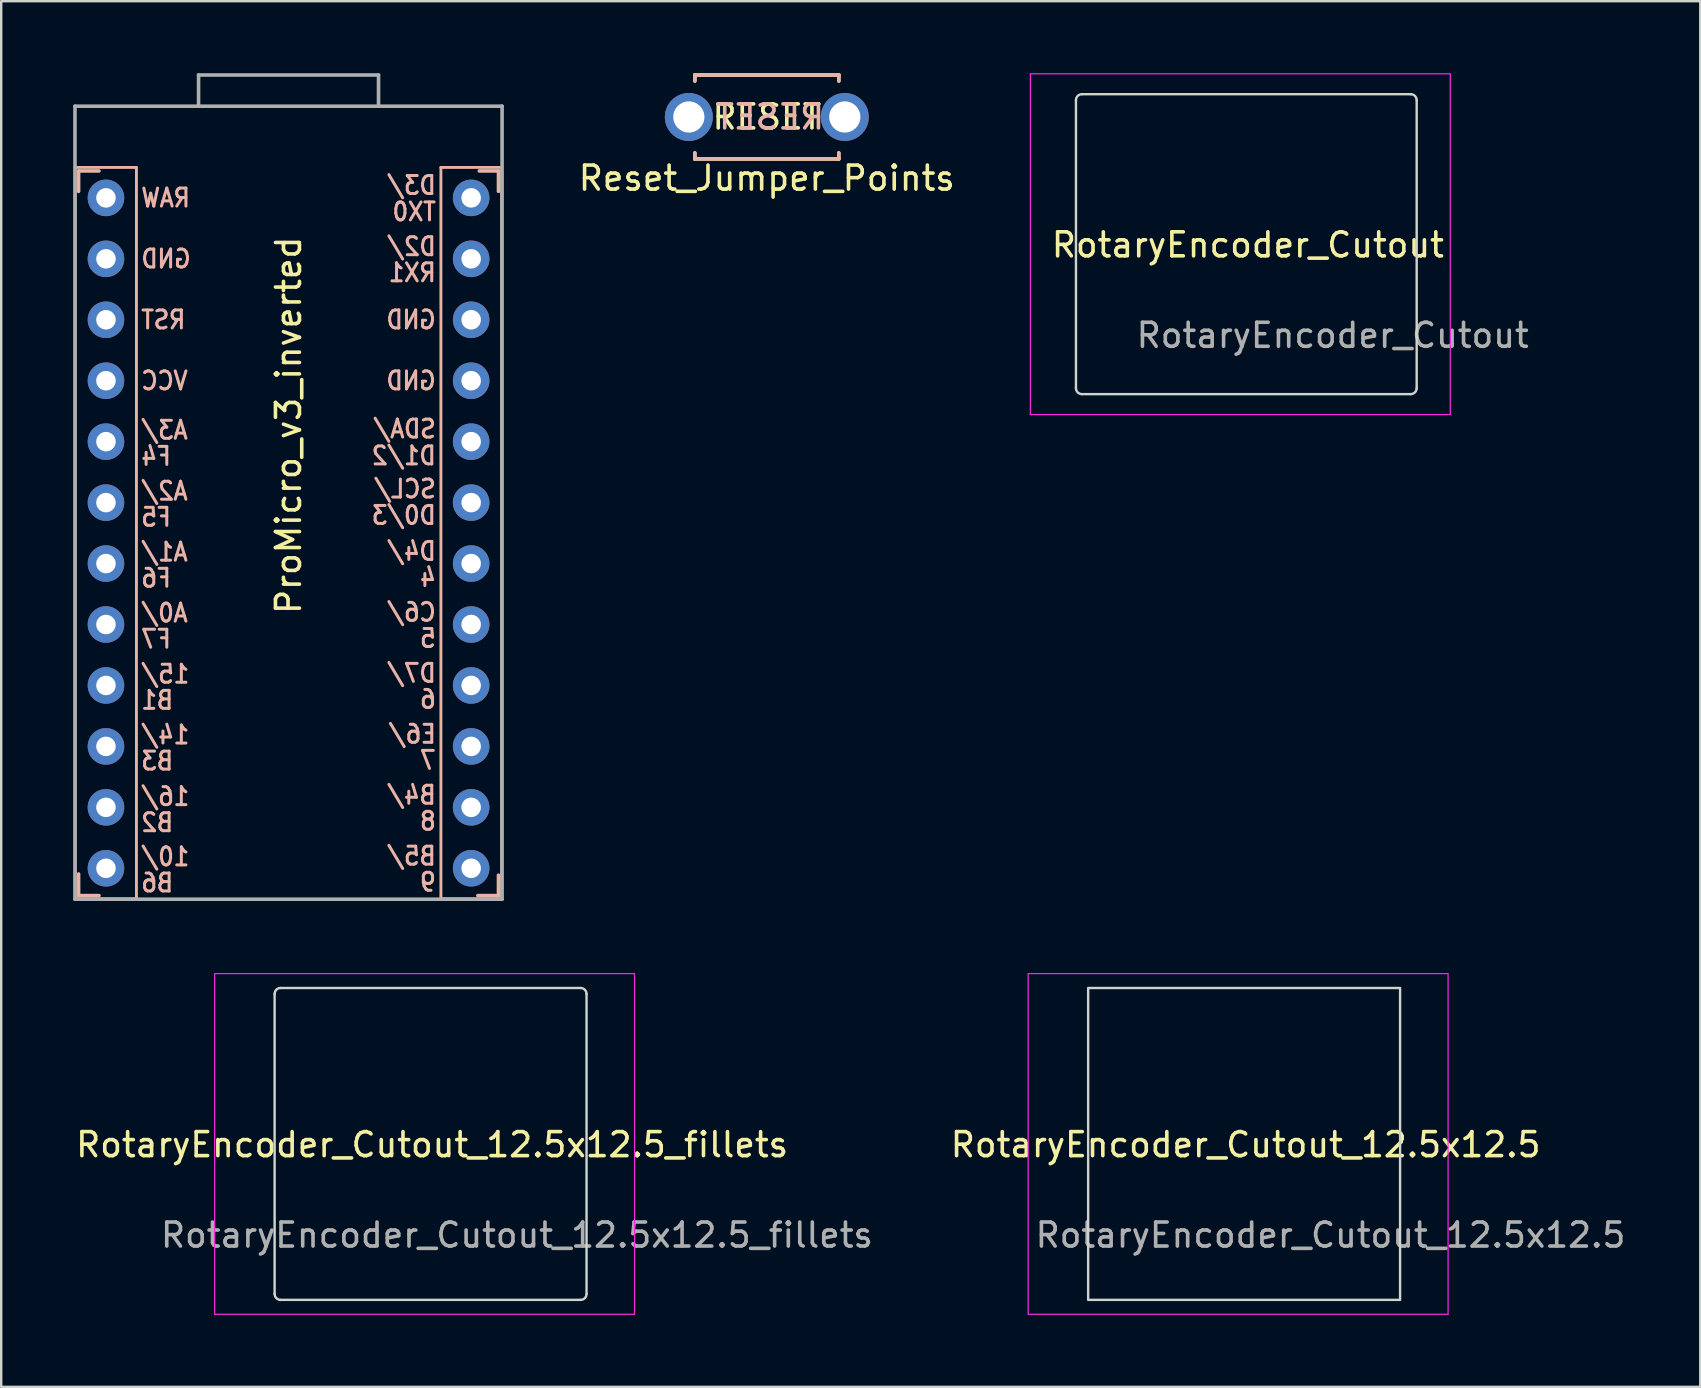
<source format=kicad_pcb>
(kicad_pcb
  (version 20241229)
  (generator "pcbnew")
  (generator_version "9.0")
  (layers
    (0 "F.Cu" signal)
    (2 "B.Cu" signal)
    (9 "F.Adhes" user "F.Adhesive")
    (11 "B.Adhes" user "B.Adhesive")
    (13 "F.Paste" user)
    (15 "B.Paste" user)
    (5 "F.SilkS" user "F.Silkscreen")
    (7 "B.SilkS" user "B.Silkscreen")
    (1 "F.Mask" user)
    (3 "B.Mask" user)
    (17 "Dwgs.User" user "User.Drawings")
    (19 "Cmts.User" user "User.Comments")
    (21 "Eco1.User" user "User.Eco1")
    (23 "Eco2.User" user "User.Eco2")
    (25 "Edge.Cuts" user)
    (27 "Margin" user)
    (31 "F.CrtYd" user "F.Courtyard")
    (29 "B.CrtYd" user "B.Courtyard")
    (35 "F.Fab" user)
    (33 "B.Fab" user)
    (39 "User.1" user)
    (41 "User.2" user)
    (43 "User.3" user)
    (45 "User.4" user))
  (footprint "Reset_Jumper_Points"
    (layer "F.Cu")
    (at 28.908 1.825)
    (property "Reference" "Reset_Jumper_Points" (at 0 2.55 180) (layer "F.SilkS") (effects (font (size 1 1) (thickness 0.15))))
    (attr through_hole)
    (fp_line (start -3 -1.75) (end -3 -1.5) (stroke (width 0.15) (type solid)) (layer "F.SilkS"))
    (fp_line (start -3 -1.75) (end 3 -1.75) (stroke (width 0.15) (type solid)) (layer "F.SilkS"))
    (fp_line (start -3 1.75) (end -3 1.5) (stroke (width 0.15) (type solid)) (layer "F.SilkS"))
    (fp_line (start -3 1.75) (end 3 1.75) (stroke (width 0.15) (type solid)) (layer "F.SilkS"))
    (fp_line (start 3 -1.75) (end 3 -1.5) (stroke (width 0.15) (type solid)) (layer "F.SilkS"))
    (fp_line (start 3 1.75) (end 3 1.5) (stroke (width 0.15) (type solid)) (layer "F.SilkS"))
    (fp_line (start -3 -1.75) (end 3 -1.75) (stroke (width 0.15) (type solid)) (layer "B.SilkS"))
    (fp_line (start -3 -1.5) (end -3 -1.75) (stroke (width 0.15) (type solid)) (layer "B.SilkS"))
    (fp_line (start -3 1.75) (end -3 1.5) (stroke (width 0.15) (type solid)) (layer "B.SilkS"))
    (fp_line (start 3 -1.75) (end 3 -1.5) (stroke (width 0.15) (type solid)) (layer "B.SilkS"))
    (fp_line (start 3 1.5) (end 3 1.75) (stroke (width 0.15) (type solid)) (layer "B.SilkS"))
    (fp_line (start 3 1.75) (end -3 1.75) (stroke (width 0.15) (type solid)) (layer "B.SilkS"))
    (fp_text user "RESET" (at 0 0 180) (layer "F.SilkS") (effects (font (size 1 1) (thickness 0.15))))
    (fp_text user "RESET" (at 0.127 0 180) (layer "B.SilkS") (effects (font (size 1 1) (thickness 0.15)) (justify mirror)))
    (pad "1" thru_hole circle (at 3.25 0) (size 2 2) (drill 1.3) (layers "*.Cu" "*.Mask"))
    (pad "2" thru_hole circle (at -3.25 0) (size 2 2) (drill 1.3) (layers "*.Cu" "*.Mask")))
  (footprint "RotaryEncoder_Cutout_12.5x12.5_fillets"
    (layer "F.Cu")
    (at 14.895 44.625)
    (property "Reference" "RotaryEncoder_Cutout_12.5x12.5_fillets" (at 0.064 0.032 0) (layer "F.SilkS") (effects (font (size 1 1) (thickness 0.15))))
    (attr through_hole)
    (fp_line (start -6.5 -6.25) (end -6.5 6.25) (stroke (width 0.1) (type solid)) (layer "Edge.Cuts"))
    (fp_line (start -6.25 6.5) (end 6.25 6.5) (stroke (width 0.1) (type solid)) (layer "Edge.Cuts"))
    (fp_line (start 6.25 -6.5) (end -6.25 -6.5) (stroke (width 0.1) (type solid)) (layer "Edge.Cuts"))
    (fp_line (start 6.5 6.25) (end 6.5 -6.25) (stroke (width 0.1) (type solid)) (layer "Edge.Cuts"))
    (fp_arc (start -6.5 -6.25) (mid -6.426777 -6.426777) (end -6.25 -6.5) (stroke (width 0.1) (type solid)) (layer "Edge.Cuts"))
    (fp_arc (start -6.25 6.5) (mid -6.426776 6.426777) (end -6.499999 6.250001) (stroke (width 0.1) (type solid)) (layer "Edge.Cuts"))
    (fp_arc (start 6.25 -6.5) (mid 6.426776 -6.426777) (end 6.499999 -6.250001) (stroke (width 0.1) (type solid)) (layer "Edge.Cuts"))
    (fp_arc (start 6.500001 6.250001) (mid 6.426777 6.426777) (end 6.25 6.5) (stroke (width 0.1) (type solid)) (layer "Edge.Cuts"))
    (fp_line (start -9 -7.1) (end -9 7.1) (stroke (width 0.05) (type solid)) (layer "F.CrtYd"))
    (fp_line (start -9 -7.1) (end 8.5 -7.1) (stroke (width 0.05) (type solid)) (layer "F.CrtYd"))
    (fp_line (start 8.5 7.1) (end -9 7.1) (stroke (width 0.05) (type solid)) (layer "F.CrtYd"))
    (fp_line (start 8.5 7.1) (end 8.5 -7.1) (stroke (width 0.05) (type solid)) (layer "F.CrtYd"))
    (fp_text user "${REFERENCE}" (at 3.6 3.8 0) (layer "F.Fab") (effects (font (size 1 1) (thickness 0.15)))))
  (footprint "RotaryEncoder_Cutout"
    (layer "F.Cu")
    (at 48.892 7.125)
    (property "Reference" "RotaryEncoder_Cutout" (at 0.064 0.032 0) (layer "F.SilkS") (effects (font (size 1 1) (thickness 0.15))))
    (attr through_hole)
    (fp_line (start -7.1 -6) (end -7.1 6) (stroke (width 0.1) (type solid)) (layer "Edge.Cuts"))
    (fp_line (start -6.85 -6.25) (end 6.85 -6.25) (stroke (width 0.1) (type solid)) (layer "Edge.Cuts"))
    (fp_line (start -6.85 6.25) (end 6.85 6.25) (stroke (width 0.1) (type solid)) (layer "Edge.Cuts"))
    (fp_line (start 7.1 6) (end 7.1 -6) (stroke (width 0.1) (type solid)) (layer "Edge.Cuts"))
    (fp_arc (start -7.100001 -6.000001) (mid -7.026777 -6.176777) (end -6.85 -6.25) (stroke (width 0.1) (type solid)) (layer "Edge.Cuts"))
    (fp_arc (start -6.85 6.25) (mid -7.026776 6.176778) (end -7.1 6.000002) (stroke (width 0.1) (type solid)) (layer "Edge.Cuts"))
    (fp_arc (start 6.85 -6.25) (mid 7.026777 -6.176777) (end 7.1 -6) (stroke (width 0.1) (type solid)) (layer "Edge.Cuts"))
    (fp_arc (start 7.100001 6.000001) (mid 7.026777 6.176777) (end 6.85 6.25) (stroke (width 0.1) (type solid)) (layer "Edge.Cuts"))
    (fp_line (start -9 -7.1) (end -9 7.1) (stroke (width 0.05) (type solid)) (layer "F.CrtYd"))
    (fp_line (start -9 -7.1) (end 8.5 -7.1) (stroke (width 0.05) (type solid)) (layer "F.CrtYd"))
    (fp_line (start 8.5 7.1) (end -9 7.1) (stroke (width 0.05) (type solid)) (layer "F.CrtYd"))
    (fp_line (start 8.5 7.1) (end 8.5 -7.1) (stroke (width 0.05) (type solid)) (layer "F.CrtYd"))
    (fp_text user "${REFERENCE}" (at 3.6 3.8 0) (layer "F.Fab") (effects (font (size 1 1) (thickness 0.15)))))
  (footprint "ProMicro_v3_inverted"
    (layer "F.Cu")
    (at 8.975 19.675)
    (property "Reference" "ProMicro_v3_inverted" (at 0 -5 90) (layer "F.SilkS") (effects (font (size 1 1) (thickness 0.15))))
    (fp_line (start -8.89 -15.748) (end -8.89 14.732) (stroke (width 0.12) (type solid)) (layer "B.SilkS"))
    (fp_line (start -8.75 -15.6) (end -8.75 -14.75) (stroke (width 0.15) (type solid)) (layer "B.SilkS"))
    (fp_line (start -8.75 -15.6) (end -7.9 -15.6) (stroke (width 0.15) (type solid)) (layer "B.SilkS"))
    (fp_line (start -8.75 13.7) (end -8.75 14.6) (stroke (width 0.15) (type solid)) (layer "B.SilkS"))
    (fp_line (start -8.75 14.6) (end -7.9 14.6) (stroke (width 0.15) (type solid)) (layer "B.SilkS"))
    (fp_line (start -6.35 -15.748) (end -8.89 -15.748) (stroke (width 0.12) (type solid)) (layer "B.SilkS"))
    (fp_line (start -6.35 14.732) (end -8.89 14.732) (stroke (width 0.12) (type solid)) (layer "B.SilkS"))
    (fp_line (start -6.339 -15.748) (end -6.339 14.732) (stroke (width 0.12) (type solid)) (layer "B.SilkS"))
    (fp_line (start 6.35 -15.748) (end 6.35 14.732) (stroke (width 0.12) (type solid)) (layer "B.SilkS"))
    (fp_line (start 8.75 -15.6) (end 7.95 -15.6) (stroke (width 0.15) (type solid)) (layer "B.SilkS"))
    (fp_line (start 8.75 -15.6) (end 8.75 -14.75) (stroke (width 0.15) (type solid)) (layer "B.SilkS"))
    (fp_line (start 8.75 13.75) (end 8.75 14.6) (stroke (width 0.15) (type solid)) (layer "B.SilkS"))
    (fp_line (start 8.75 14.6) (end 7.89 14.6) (stroke (width 0.15) (type solid)) (layer "B.SilkS"))
    (fp_line (start 8.881 -15.748) (end 8.881 14.732) (stroke (width 0.12) (type solid)) (layer "B.SilkS"))
    (fp_line (start 8.89 -15.748) (end 6.35 -15.748) (stroke (width 0.12) (type solid)) (layer "B.SilkS"))
    (fp_line (start 8.89 14.732) (end 6.35 14.732) (stroke (width 0.12) (type solid)) (layer "B.SilkS"))
    (fp_line (start -8.9 -18.3) (end -3.75 -18.3) (stroke (width 0.15) (type solid)) (layer "F.Fab"))
    (fp_line (start -8.9 14.75) (end -8.9 -18.3) (stroke (width 0.15) (type solid)) (layer "F.Fab"))
    (fp_line (start -3.75 -19.6) (end -3.75 -18.299) (stroke (width 0.15) (type solid)) (layer "F.Fab"))
    (fp_line (start -3.75 -19.6) (end 3.75 -19.6) (stroke (width 0.15) (type solid)) (layer "F.Fab"))
    (fp_line (start -3.75 -18.3) (end 3.75 -18.3) (stroke (width 0.15) (type solid)) (layer "F.Fab"))
    (fp_line (start 3.75 -19.6) (end 3.75 -18.3) (stroke (width 0.15) (type solid)) (layer "F.Fab"))
    (fp_line (start 3.76 -18.3) (end 8.9 -18.3) (stroke (width 0.15) (type solid)) (layer "F.Fab"))
    (fp_line (start 8.9 -18.3) (end 8.9 14.75) (stroke (width 0.15) (type solid)) (layer "F.Fab"))
    (fp_line (start 8.9 14.75) (end -8.9 14.75) (stroke (width 0.15) (type solid)) (layer "F.Fab"))
    (fp_text user "B4/" (at 6.211 10.41 0) (unlocked yes) (layer "B.SilkS") (effects (font (size 0.75 0.67) (thickness 0.125)) (justify left mirror)))
    (fp_text user "D0/3" (at 6.211 -1.25 0) (unlocked yes) (layer "B.SilkS") (effects (font (size 0.75 0.67) (thickness 0.125)) (justify left mirror)))
    (fp_text user "RX1" (at 6.211 -11.362 0) (unlocked yes) (layer "B.SilkS") (effects (font (size 0.75 0.67) (thickness 0.125)) (justify left mirror)))
    (fp_text user "4" (at 6.211 1.338 0) (unlocked yes) (layer "B.SilkS") (effects (font (size 0.75 0.67) (thickness 0.125)) (justify left mirror)))
    (fp_text user "B6" (at -6.209 14.068 0) (unlocked yes) (layer "B.SilkS") (effects (font (size 0.75 0.67) (thickness 0.125)) (justify right mirror)))
    (fp_text user "D4/" (at 6.211 0.25 0) (unlocked yes) (layer "B.SilkS") (effects (font (size 0.75 0.67) (thickness 0.125)) (justify left mirror)))
    (fp_text user "B3" (at -6.209 8.988 0) (unlocked yes) (layer "B.SilkS") (effects (font (size 0.75 0.67) (thickness 0.125)) (justify right mirror)))
    (fp_text user "8" (at 6.211 11.498 0) (unlocked yes) (layer "B.SilkS") (effects (font (size 0.75 0.67) (thickness 0.125)) (justify left mirror)))
    (fp_text user "F5" (at -6.209 -1.172 0) (unlocked yes) (layer "B.SilkS") (effects (font (size 0.75 0.67) (thickness 0.125)) (justify right mirror)))
    (fp_text user "A3/" (at -6.209 -4.8 0) (unlocked yes) (layer "B.SilkS") (effects (font (size 0.75 0.67) (thickness 0.125)) (justify right mirror)))
    (fp_text user "15/" (at -6.209 5.368 0) (unlocked yes) (layer "B.SilkS") (effects (font (size 0.75 0.67) (thickness 0.125)) (justify right mirror)))
    (fp_text user "A2/" (at -6.209 -2.26 0) (unlocked yes) (layer "B.SilkS") (effects (font (size 0.75 0.67) (thickness 0.125)) (justify right mirror)))
    (fp_text user "GND" (at 6.211 -9.398 0) (unlocked yes) (layer "B.SilkS") (effects (font (size 0.75 0.67) (thickness 0.125)) (justify left mirror)))
    (fp_text user "D1/2" (at 6.211 -3.732 0) (unlocked yes) (layer "B.SilkS") (effects (font (size 0.75 0.67) (thickness 0.125)) (justify left mirror)))
    (fp_text user "A1/" (at -6.209 0.28 0) (unlocked yes) (layer "B.SilkS") (effects (font (size 0.75 0.67) (thickness 0.125)) (justify right mirror)))
    (fp_text user "B2" (at -6.209 11.556 0) (unlocked yes) (layer "B.SilkS") (effects (font (size 0.75 0.67) (thickness 0.125)) (justify right mirror)))
    (fp_text user "GND" (at 6.211 -6.858 0) (unlocked yes) (layer "B.SilkS") (effects (font (size 0.75 0.67) (thickness 0.125)) (justify left mirror)))
    (fp_text user "14/" (at -6.209 7.9 0) (unlocked yes) (layer "B.SilkS") (effects (font (size 0.75 0.67) (thickness 0.125)) (justify right mirror)))
    (fp_text user "7" (at 6.211 8.958 0) (unlocked yes) (layer "B.SilkS") (effects (font (size 0.75 0.67) (thickness 0.125)) (justify left mirror)))
    (fp_text user "B5/" (at 6.211 12.95 0) (unlocked yes) (layer "B.SilkS") (effects (font (size 0.75 0.67) (thickness 0.125)) (justify left mirror)))
    (fp_text user "RAW" (at -6.209 -14.478 0) (unlocked yes) (layer "B.SilkS") (effects (font (size 0.75 0.67) (thickness 0.125)) (justify right mirror)))
    (fp_text user "F4" (at -6.209 -3.712 0) (unlocked yes) (layer "B.SilkS") (effects (font (size 0.75 0.67) (thickness 0.125)) (justify right mirror)))
    (fp_text user "E6/" (at 6.211 7.87 0) (unlocked yes) (layer "B.SilkS") (effects (font (size 0.75 0.67) (thickness 0.125)) (justify left mirror)))
    (fp_text user "C6/" (at 6.211 2.79 0) (unlocked yes) (layer "B.SilkS") (effects (font (size 0.75 0.67) (thickness 0.125)) (justify left mirror)))
    (fp_text user "6" (at 6.211 6.418 0) (unlocked yes) (layer "B.SilkS") (effects (font (size 0.75 0.67) (thickness 0.125)) (justify left mirror)))
    (fp_text user "B1" (at -6.209 6.456 0) (unlocked yes) (layer "B.SilkS") (effects (font (size 0.75 0.67) (thickness 0.125)) (justify right mirror)))
    (fp_text user "16/" (at -6.209 10.468 0) (unlocked yes) (layer "B.SilkS") (effects (font (size 0.75 0.67) (thickness 0.125)) (justify right mirror)))
    (fp_text user "VCC" (at -6.209 -6.858 0) (unlocked yes) (layer "B.SilkS") (effects (font (size 0.75 0.67) (thickness 0.125)) (justify right mirror)))
    (fp_text user "5" (at 6.211 3.878 0) (unlocked yes) (layer "B.SilkS") (effects (font (size 0.75 0.67) (thickness 0.125)) (justify left mirror)))
    (fp_text user "SDA/" (at 6.211 -4.85 0) (unlocked yes) (layer "B.SilkS") (effects (font (size 0.75 0.67) (thickness 0.125)) (justify left mirror)))
    (fp_text user "D3/" (at 6.211 -15 0) (unlocked yes) (layer "B.SilkS") (effects (font (size 0.75 0.67) (thickness 0.125)) (justify left mirror)))
    (fp_text user "TX0" (at 6.211 -13.9 0) (unlocked yes) (layer "B.SilkS") (effects (font (size 0.75 0.67) (thickness 0.125)) (justify left mirror)))
    (fp_text user "D7/" (at 6.211 5.33 0) (unlocked yes) (layer "B.SilkS") (effects (font (size 0.75 0.67) (thickness 0.125)) (justify left mirror)))
    (fp_text user "F6" (at -6.209 1.368 0) (unlocked yes) (layer "B.SilkS") (effects (font (size 0.75 0.67) (thickness 0.125)) (justify right mirror)))
    (fp_text user "A0/" (at -6.209 2.82 0) (unlocked yes) (layer "B.SilkS") (effects (font (size 0.75 0.67) (thickness 0.125)) (justify right mirror)))
    (fp_text user "10/" (at -6.209 12.98 0) (unlocked yes) (layer "B.SilkS") (effects (font (size 0.75 0.67) (thickness 0.125)) (justify right mirror)))
    (fp_text user "D2/" (at 6.211 -12.45 0) (unlocked yes) (layer "B.SilkS") (effects (font (size 0.75 0.67) (thickness 0.125)) (justify left mirror)))
    (fp_text user "9" (at 6.211 14.038 0) (unlocked yes) (layer "B.SilkS") (effects (font (size 0.75 0.67) (thickness 0.125)) (justify left mirror)))
    (fp_text user "GND" (at -6.209 -11.938 0) (unlocked yes) (layer "B.SilkS") (effects (font (size 0.75 0.67) (thickness 0.125)) (justify right mirror)))
    (fp_text user "SCL/" (at 6.211 -2.35 0) (unlocked yes) (layer "B.SilkS") (effects (font (size 0.75 0.67) (thickness 0.125)) (justify left mirror)))
    (fp_text user "RST" (at -6.209 -9.398 0) (unlocked yes) (layer "B.SilkS") (effects (font (size 0.75 0.67) (thickness 0.125)) (justify right mirror)))
    (fp_text user "F7" (at -6.209 3.908 0) (unlocked yes) (layer "B.SilkS") (effects (font (size 0.75 0.67) (thickness 0.125)) (justify right mirror)))
    (pad "1" thru_hole circle (at 7.611 -14.478) (size 1.524 1.524) (drill 0.813) (layers "*.Cu" "*.Mask"))
    (pad "2" thru_hole circle (at 7.611 -11.938) (size 1.524 1.524) (drill 0.813) (layers "*.Cu" "*.Mask"))
    (pad "3" thru_hole circle (at 7.611 -9.398) (size 1.524 1.524) (drill 0.813) (layers "*.Cu" "*.Mask"))
    (pad "4" thru_hole circle (at 7.611 -6.858) (size 1.524 1.524) (drill 0.813) (layers "*.Cu" "*.Mask"))
    (pad "5" thru_hole circle (at 7.611 -4.318) (size 1.524 1.524) (drill 0.813) (layers "*.Cu" "*.Mask"))
    (pad "6" thru_hole circle (at 7.611 -1.778) (size 1.524 1.524) (drill 0.813) (layers "*.Cu" "*.Mask"))
    (pad "7" thru_hole circle (at 7.611 0.762) (size 1.524 1.524) (drill 0.813) (layers "*.Cu" "*.Mask"))
    (pad "8" thru_hole circle (at 7.611 3.302) (size 1.524 1.524) (drill 0.813) (layers "*.Cu" "*.Mask"))
    (pad "9" thru_hole circle (at 7.611 5.842) (size 1.524 1.524) (drill 0.813) (layers "*.Cu" "*.Mask"))
    (pad "10" thru_hole circle (at 7.611 8.382) (size 1.524 1.524) (drill 0.813) (layers "*.Cu" "*.Mask"))
    (pad "11" thru_hole circle (at 7.611 10.922) (size 1.524 1.524) (drill 0.813) (layers "*.Cu" "*.Mask"))
    (pad "12" thru_hole circle (at 7.611 13.462) (size 1.524 1.524) (drill 0.813) (layers "*.Cu" "*.Mask"))
    (pad "13" thru_hole circle (at -7.609 13.462) (size 1.524 1.524) (drill 0.813) (layers "*.Cu" "*.Mask"))
    (pad "14" thru_hole circle (at -7.609 10.922) (size 1.524 1.524) (drill 0.813) (layers "*.Cu" "*.Mask"))
    (pad "15" thru_hole circle (at -7.609 8.382) (size 1.524 1.524) (drill 0.813) (layers "*.Cu" "*.Mask"))
    (pad "16" thru_hole circle (at -7.609 5.842) (size 1.524 1.524) (drill 0.813) (layers "*.Cu" "*.Mask"))
    (pad "17" thru_hole circle (at -7.609 3.302) (size 1.524 1.524) (drill 0.813) (layers "*.Cu" "*.Mask"))
    (pad "18" thru_hole circle (at -7.609 0.762) (size 1.524 1.524) (drill 0.813) (layers "*.Cu" "*.Mask"))
    (pad "19" thru_hole circle (at -7.609 -1.778) (size 1.524 1.524) (drill 0.813) (layers "*.Cu" "*.Mask"))
    (pad "20" thru_hole circle (at -7.609 -4.318) (size 1.524 1.524) (drill 0.813) (layers "*.Cu" "*.Mask"))
    (pad "21" thru_hole circle (at -7.609 -6.858) (size 1.524 1.524) (drill 0.813) (layers "*.Cu" "*.Mask"))
    (pad "22" thru_hole circle (at -7.609 -9.398) (size 1.524 1.524) (drill 0.813) (layers "*.Cu" "*.Mask"))
    (pad "23" thru_hole circle (at -7.609 -11.938) (size 1.524 1.524) (drill 0.813) (layers "*.Cu" "*.Mask"))
    (pad "24" thru_hole circle (at -7.609 -14.478) (size 1.524 1.524) (drill 0.813) (layers "*.Cu" "*.Mask")))
  (footprint "RotaryEncoder_Cutout_12.5x12.5"
    (layer "F.Cu")
    (at 48.8 44.625)
    (property "Reference" "RotaryEncoder_Cutout_12.5x12.5" (at 0.064 0.032 0) (layer "F.SilkS") (effects (font (size 1 1) (thickness 0.15))))
    (attr through_hole)
    (fp_rect (start -6.5 -6.5) (end 6.5 6.5) (stroke (width 0.1) (type solid)) (fill no) (layer "Edge.Cuts"))
    (fp_line (start -9 -7.1) (end -9 7.1) (stroke (width 0.05) (type solid)) (layer "F.CrtYd"))
    (fp_line (start -9 -7.1) (end 8.5 -7.1) (stroke (width 0.05) (type solid)) (layer "F.CrtYd"))
    (fp_line (start 8.5 7.1) (end -9 7.1) (stroke (width 0.05) (type solid)) (layer "F.CrtYd"))
    (fp_line (start 8.5 7.1) (end 8.5 -7.1) (stroke (width 0.05) (type solid)) (layer "F.CrtYd"))
    (fp_text user "${REFERENCE}" (at 3.6 3.8 0) (layer "F.Fab") (effects (font (size 1 1) (thickness 0.15)))))
  (gr_rect
    (start -3 -3)
    (end 67.811 54.75)
    (stroke (width 0.1) (type default))
    (fill no)
    (layer "Edge.Cuts")))
</source>
